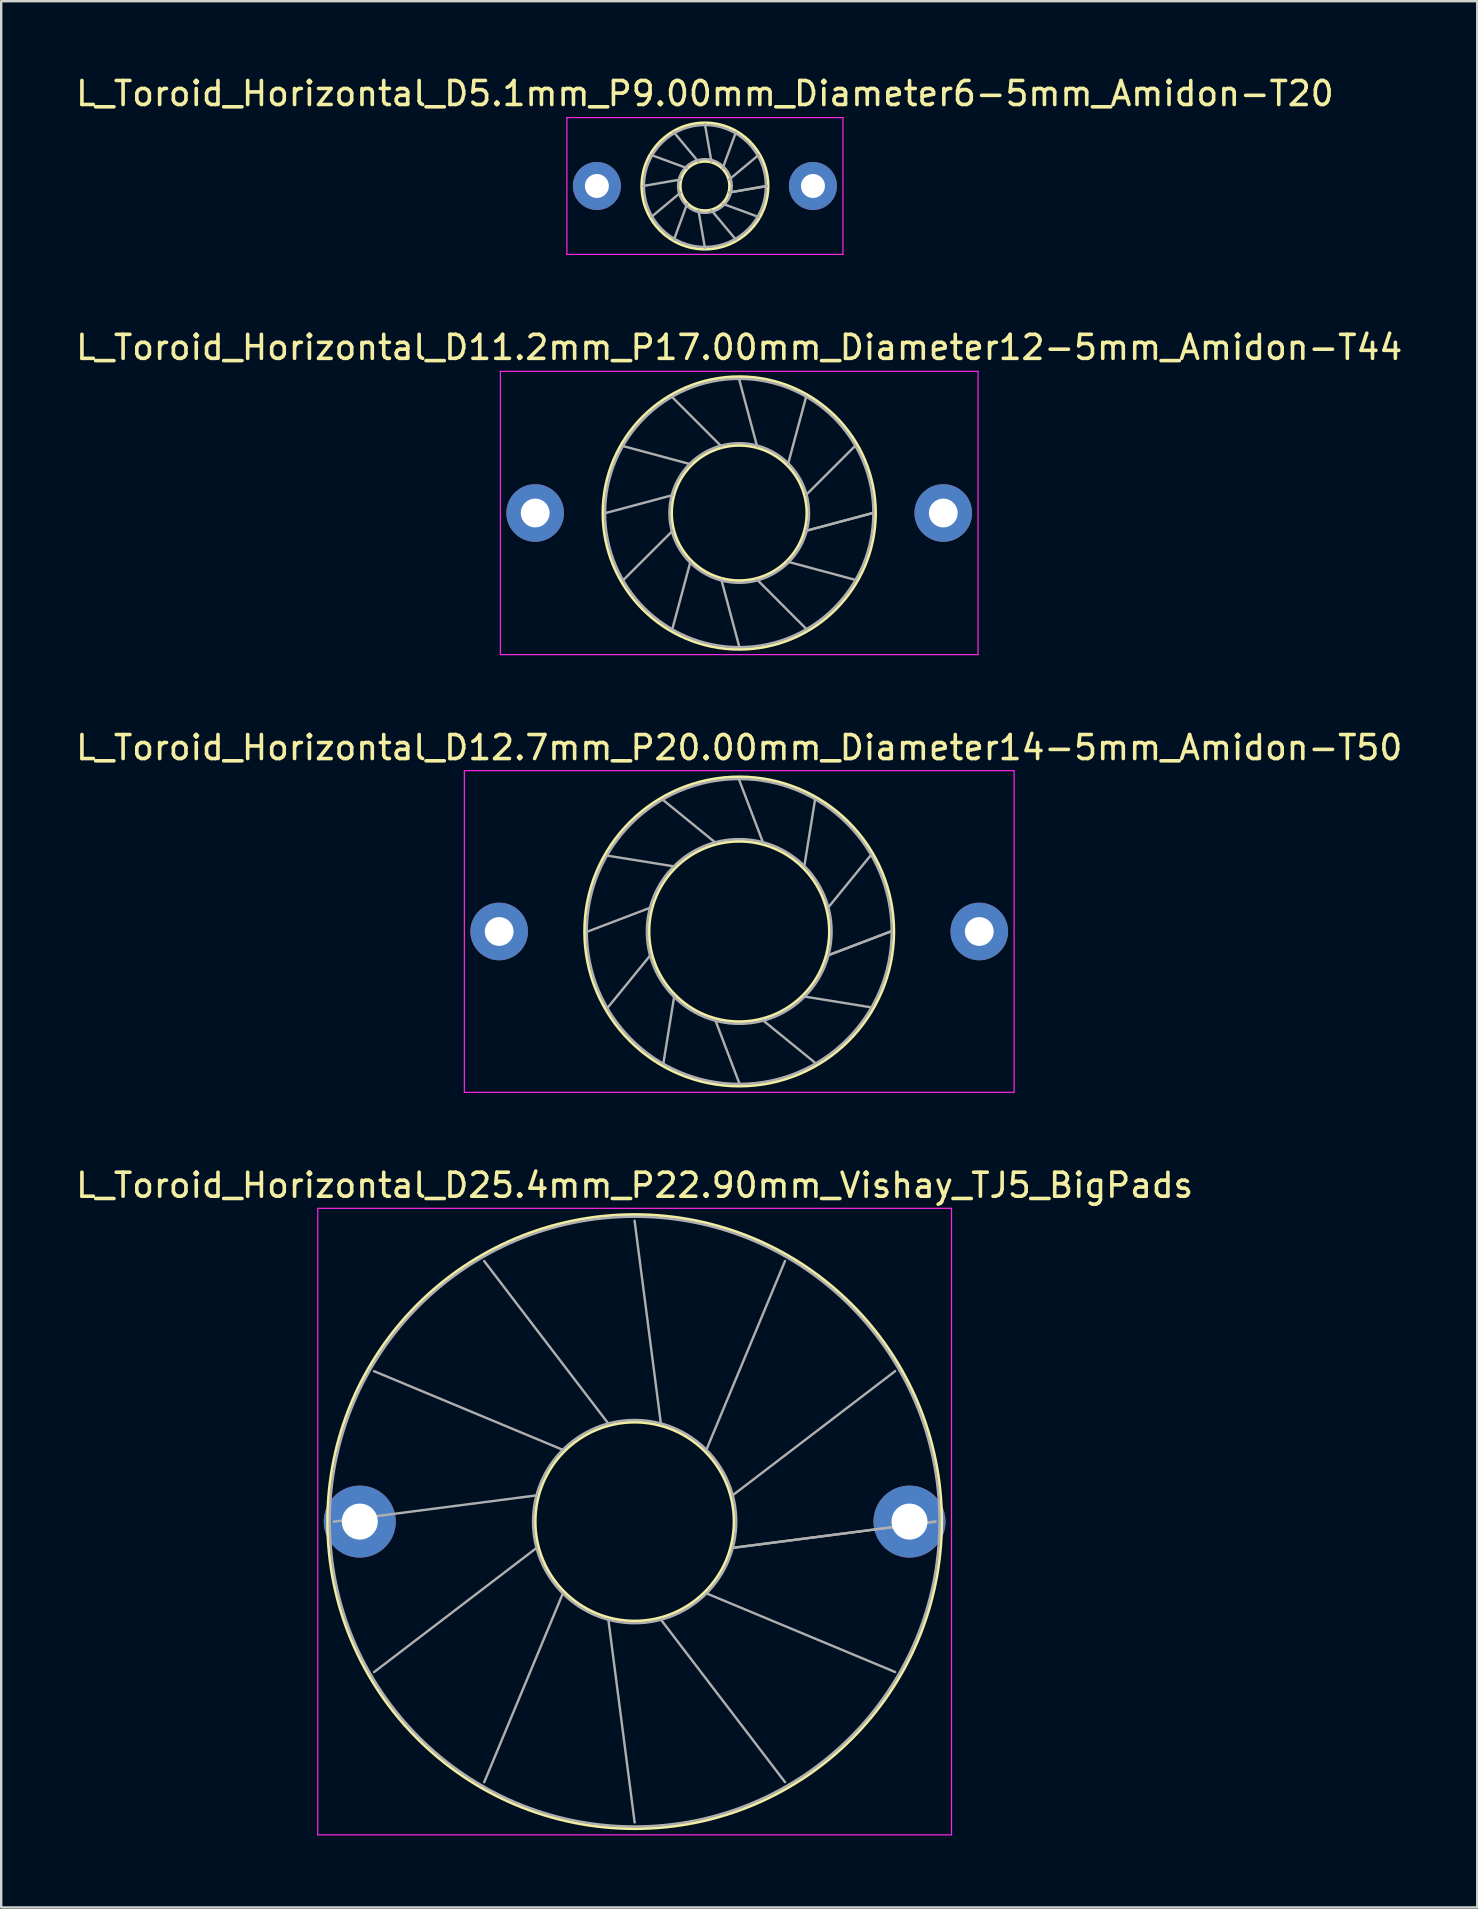
<source format=kicad_pcb>
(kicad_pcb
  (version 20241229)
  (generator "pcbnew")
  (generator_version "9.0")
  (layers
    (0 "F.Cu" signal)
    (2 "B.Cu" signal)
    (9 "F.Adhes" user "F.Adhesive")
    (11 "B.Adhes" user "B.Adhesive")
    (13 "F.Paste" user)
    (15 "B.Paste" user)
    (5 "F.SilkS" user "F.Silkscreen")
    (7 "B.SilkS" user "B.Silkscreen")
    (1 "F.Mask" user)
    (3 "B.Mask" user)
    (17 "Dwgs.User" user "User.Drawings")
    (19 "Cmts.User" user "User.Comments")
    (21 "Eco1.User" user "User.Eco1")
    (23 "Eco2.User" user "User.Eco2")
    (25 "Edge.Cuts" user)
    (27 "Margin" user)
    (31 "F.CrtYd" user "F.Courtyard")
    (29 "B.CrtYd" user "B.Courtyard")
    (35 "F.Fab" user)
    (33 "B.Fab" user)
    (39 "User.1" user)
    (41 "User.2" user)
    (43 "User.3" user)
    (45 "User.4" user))
  (footprint "L_Toroid_Horizontal_D12.7mm_P20.00mm_Diameter14-5mm_Amidon-T50"
    (layer "F.Cu")
    (at 17.744 35.753)
    (property "Reference" "L_Toroid_Horizontal_D12.7mm_P20.00mm_Diameter14-5mm_Amidon-T50" (at 10 -7.66 0) (layer "F.SilkS") (effects (font (size 1 1) (thickness 0.15))))
    (attr through_hole)
    (fp_circle (center 10 0) (end 13.758 0) (stroke (width 0.12) (type solid)) (fill no) (layer "F.SilkS"))
    (fp_circle (center 10 0) (end 16.44 0) (stroke (width 0.12) (type solid)) (fill no) (layer "F.SilkS"))
    (fp_line (start -1.45 -6.7) (end -1.45 6.7) (stroke (width 0.05) (type solid)) (layer "F.CrtYd"))
    (fp_line (start -1.45 6.7) (end 21.45 6.7) (stroke (width 0.05) (type solid)) (layer "F.CrtYd"))
    (fp_line (start 21.45 -6.7) (end -1.45 -6.7) (stroke (width 0.05) (type solid)) (layer "F.CrtYd"))
    (fp_line (start 21.45 6.7) (end 21.45 -6.7) (stroke (width 0.05) (type solid)) (layer "F.CrtYd"))
    (fp_line (start 3.689 0.001) (end 6.297 -0.992) (stroke (width 0.1) (type solid)) (layer "F.Fab"))
    (fp_line (start 4.534 -3.155) (end 7.289 -2.71) (stroke (width 0.1) (type solid)) (layer "F.Fab"))
    (fp_line (start 4.535 3.156) (end 6.297 0.992) (stroke (width 0.1) (type solid)) (layer "F.Fab"))
    (fp_line (start 6.844 -5.465) (end 9.007 -3.703) (stroke (width 0.1) (type solid)) (layer "F.Fab"))
    (fp_line (start 6.845 5.466) (end 7.29 2.711) (stroke (width 0.1) (type solid)) (layer "F.Fab"))
    (fp_line (start 9.999 -6.311) (end 10.992 -3.703) (stroke (width 0.1) (type solid)) (layer "F.Fab"))
    (fp_line (start 10 6.311) (end 9.008 3.703) (stroke (width 0.1) (type solid)) (layer "F.Fab"))
    (fp_line (start 13.155 -5.466) (end 12.71 -2.711) (stroke (width 0.1) (type solid)) (layer "F.Fab"))
    (fp_line (start 13.156 5.466) (end 10.992 3.703) (stroke (width 0.1) (type solid)) (layer "F.Fab"))
    (fp_line (start 15.465 -3.157) (end 13.702 -0.993) (stroke (width 0.1) (type solid)) (layer "F.Fab"))
    (fp_line (start 15.466 3.156) (end 12.711 2.71) (stroke (width 0.1) (type solid)) (layer "F.Fab"))
    (fp_line (start 16.311 -0.001) (end 13.703 0.991) (stroke (width 0.1) (type solid)) (layer "F.Fab"))
    (fp_line (start 16.311 0) (end 13.703 0.992) (stroke (width 0.1) (type solid)) (layer "F.Fab"))
    (fp_circle (center 10 0) (end 13.848 0) (stroke (width 0.1) (type solid)) (fill no) (layer "F.Fab"))
    (fp_circle (center 10 0) (end 16.35 0) (stroke (width 0.1) (type solid)) (fill no) (layer "F.Fab"))
    (pad "1" thru_hole circle (at 0 0) (size 2.4 2.4) (drill 1.2) (layers "*.Cu" "*.Mask"))
    (pad "2" thru_hole circle (at 20 0) (size 2.4 2.4) (drill 1.2) (layers "*.Cu" "*.Mask")))
  (footprint "L_Toroid_Horizontal_D11.2mm_P17.00mm_Diameter12-5mm_Amidon-T44"
    (layer "F.Cu")
    (at 19.244 18.32)
    (property "Reference" "L_Toroid_Horizontal_D11.2mm_P17.00mm_Diameter12-5mm_Amidon-T44" (at 8.5 -6.898 0) (layer "F.SilkS") (effects (font (size 1 1) (thickness 0.15))))
    (attr through_hole)
    (fp_circle (center 8.5 0) (end 11.318 0) (stroke (width 0.12) (type solid)) (fill no) (layer "F.SilkS"))
    (fp_circle (center 8.5 0) (end 14.178 0) (stroke (width 0.12) (type solid)) (fill no) (layer "F.SilkS"))
    (fp_line (start -1.45 -5.9) (end -1.45 5.9) (stroke (width 0.05) (type solid)) (layer "F.CrtYd"))
    (fp_line (start -1.45 5.9) (end 18.45 5.9) (stroke (width 0.05) (type solid)) (layer "F.CrtYd"))
    (fp_line (start 18.45 -5.9) (end -1.45 -5.9) (stroke (width 0.05) (type solid)) (layer "F.CrtYd"))
    (fp_line (start 18.45 5.9) (end 18.45 -5.9) (stroke (width 0.05) (type solid)) (layer "F.CrtYd"))
    (fp_line (start 2.936 0.001) (end 5.723 -0.744) (stroke (width 0.1) (type solid)) (layer "F.Fab"))
    (fp_line (start 3.681 -2.782) (end 6.467 -2.032) (stroke (width 0.1) (type solid)) (layer "F.Fab"))
    (fp_line (start 3.681 2.783) (end 5.723 0.744) (stroke (width 0.1) (type solid)) (layer "F.Fab"))
    (fp_line (start 5.717 -4.819) (end 7.756 -2.777) (stroke (width 0.1) (type solid)) (layer "F.Fab"))
    (fp_line (start 5.718 4.819) (end 6.467 2.033) (stroke (width 0.1) (type solid)) (layer "F.Fab"))
    (fp_line (start 8.499 -5.564) (end 9.244 -2.777) (stroke (width 0.1) (type solid)) (layer "F.Fab"))
    (fp_line (start 8.5 5.564) (end 7.756 2.777) (stroke (width 0.1) (type solid)) (layer "F.Fab"))
    (fp_line (start 11.281 -4.819) (end 10.532 -2.033) (stroke (width 0.1) (type solid)) (layer "F.Fab"))
    (fp_line (start 11.282 4.819) (end 9.244 2.777) (stroke (width 0.1) (type solid)) (layer "F.Fab"))
    (fp_line (start 13.318 -2.783) (end 11.277 -0.745) (stroke (width 0.1) (type solid)) (layer "F.Fab"))
    (fp_line (start 13.319 2.782) (end 10.533 2.033) (stroke (width 0.1) (type solid)) (layer "F.Fab"))
    (fp_line (start 14.064 -0.001) (end 11.277 0.743) (stroke (width 0.1) (type solid)) (layer "F.Fab"))
    (fp_line (start 14.064 0) (end 11.277 0.744) (stroke (width 0.1) (type solid)) (layer "F.Fab"))
    (fp_circle (center 8.5 0) (end 11.408 0) (stroke (width 0.1) (type solid)) (fill no) (layer "F.Fab"))
    (fp_circle (center 8.5 0) (end 14.088 0) (stroke (width 0.1) (type solid)) (fill no) (layer "F.Fab"))
    (pad "1" thru_hole circle (at 0 0) (size 2.4 2.4) (drill 1.2) (layers "*.Cu" "*.Mask"))
    (pad "2" thru_hole circle (at 17 0) (size 2.4 2.4) (drill 1.2) (layers "*.Cu" "*.Mask")))
  (footprint "L_Toroid_Horizontal_D5.1mm_P9.00mm_Diameter6-5mm_Amidon-T20"
    (layer "F.Cu")
    (at 21.815 4.698)
    (property "Reference" "L_Toroid_Horizontal_D5.1mm_P9.00mm_Diameter6-5mm_Amidon-T20" (at 4.5 -3.85 0) (layer "F.SilkS") (effects (font (size 1 1) (thickness 0.15))))
    (attr through_hole)
    (fp_circle (center 4.5 0) (end 5.528 0) (stroke (width 0.12) (type solid)) (fill no) (layer "F.SilkS"))
    (fp_circle (center 4.5 0) (end 7.13 0) (stroke (width 0.12) (type solid)) (fill no) (layer "F.SilkS"))
    (fp_line (start -1.25 -2.85) (end -1.25 2.85) (stroke (width 0.05) (type solid)) (layer "F.CrtYd"))
    (fp_line (start -1.25 2.85) (end 10.25 2.85) (stroke (width 0.05) (type solid)) (layer "F.CrtYd"))
    (fp_line (start 10.25 -2.85) (end -1.25 -2.85) (stroke (width 0.05) (type solid)) (layer "F.CrtYd"))
    (fp_line (start 10.25 2.85) (end 10.25 -2.85) (stroke (width 0.05) (type solid)) (layer "F.CrtYd"))
    (fp_line (start 1.923 0.000239) (end 3.488 -0.271) (stroke (width 0.1) (type solid)) (layer "F.Fab"))
    (fp_line (start 2.268 -1.288) (end 3.759 -0.741) (stroke (width 0.1) (type solid)) (layer "F.Fab"))
    (fp_line (start 2.268 1.289) (end 3.488 0.271) (stroke (width 0.1) (type solid)) (layer "F.Fab"))
    (fp_line (start 3.211 -2.232) (end 4.229 -1.012) (stroke (width 0.1) (type solid)) (layer "F.Fab"))
    (fp_line (start 3.211 2.232) (end 3.759 0.741) (stroke (width 0.1) (type solid)) (layer "F.Fab"))
    (fp_line (start 4.5 -2.577) (end 4.771 -1.012) (stroke (width 0.1) (type solid)) (layer "F.Fab"))
    (fp_line (start 4.5 2.577) (end 4.229 1.012) (stroke (width 0.1) (type solid)) (layer "F.Fab"))
    (fp_line (start 5.788 -2.232) (end 5.241 -0.741) (stroke (width 0.1) (type solid)) (layer "F.Fab"))
    (fp_line (start 5.789 2.232) (end 4.771 1.012) (stroke (width 0.1) (type solid)) (layer "F.Fab"))
    (fp_line (start 6.732 -1.289) (end 5.512 -0.271) (stroke (width 0.1) (type solid)) (layer "F.Fab"))
    (fp_line (start 6.732 1.289) (end 5.241 0.741) (stroke (width 0.1) (type solid)) (layer "F.Fab"))
    (fp_line (start 7.077 -0.000478) (end 5.512 0.271) (stroke (width 0.1) (type solid)) (layer "F.Fab"))
    (fp_line (start 7.077 0) (end 5.512 0.271) (stroke (width 0.1) (type solid)) (layer "F.Fab"))
    (fp_circle (center 4.5 0) (end 5.618 0) (stroke (width 0.1) (type solid)) (fill no) (layer "F.Fab"))
    (fp_circle (center 4.5 0) (end 7.04 0) (stroke (width 0.1) (type solid)) (fill no) (layer "F.Fab"))
    (pad "1" thru_hole circle (at 0 0) (size 2 2) (drill 1) (layers "*.Cu" "*.Mask"))
    (pad "2" thru_hole circle (at 9 0) (size 2 2) (drill 1) (layers "*.Cu" "*.Mask")))
  (footprint "L_Toroid_Horizontal_D25.4mm_P22.90mm_Vishay_TJ5_BigPads"
    (layer "F.Cu")
    (at 11.937 60.336)
    (property "Reference" "L_Toroid_Horizontal_D25.4mm_P22.90mm_Vishay_TJ5_BigPads" (at 11.45 -14.01 0) (layer "F.SilkS") (effects (font (size 1 1) (thickness 0.15))))
    (attr through_hole)
    (fp_circle (center 11.45 0) (end 15.593 0) (stroke (width 0.12) (type solid)) (fill no) (layer "F.SilkS"))
    (fp_circle (center 11.45 0) (end 24.24 0) (stroke (width 0.12) (type solid)) (fill no) (layer "F.SilkS"))
    (fp_line (start -1.75 -13.05) (end -1.75 13.05) (stroke (width 0.05) (type solid)) (layer "F.CrtYd"))
    (fp_line (start -1.75 13.05) (end 24.65 13.05) (stroke (width 0.05) (type solid)) (layer "F.CrtYd"))
    (fp_line (start 24.65 -13.05) (end -1.75 -13.05) (stroke (width 0.05) (type solid)) (layer "F.CrtYd"))
    (fp_line (start 24.65 13.05) (end 24.65 -13.05) (stroke (width 0.05) (type solid)) (layer "F.CrtYd"))
    (fp_line (start -1.084 0.001) (end 7.368 -1.093) (stroke (width 0.1) (type solid)) (layer "F.Fab"))
    (fp_line (start 0.594 -6.266) (end 8.461 -2.988) (stroke (width 0.1) (type solid)) (layer "F.Fab"))
    (fp_line (start 0.596 6.268) (end 7.368 1.094) (stroke (width 0.1) (type solid)) (layer "F.Fab"))
    (fp_line (start 5.182 -10.854) (end 10.356 -4.082) (stroke (width 0.1) (type solid)) (layer "F.Fab"))
    (fp_line (start 5.184 10.855) (end 8.462 2.989) (stroke (width 0.1) (type solid)) (layer "F.Fab"))
    (fp_line (start 11.448 -12.534) (end 12.543 -4.082) (stroke (width 0.1) (type solid)) (layer "F.Fab"))
    (fp_line (start 11.451 12.534) (end 10.356 4.082) (stroke (width 0.1) (type solid)) (layer "F.Fab"))
    (fp_line (start 17.715 -10.856) (end 14.438 -2.989) (stroke (width 0.1) (type solid)) (layer "F.Fab"))
    (fp_line (start 17.717 10.855) (end 12.544 4.082) (stroke (width 0.1) (type solid)) (layer "F.Fab"))
    (fp_line (start 22.304 -6.269) (end 15.532 -1.095) (stroke (width 0.1) (type solid)) (layer "F.Fab"))
    (fp_line (start 22.305 6.267) (end 14.438 2.988) (stroke (width 0.1) (type solid)) (layer "F.Fab"))
    (fp_line (start 23.984 -0.002) (end 15.532 1.093) (stroke (width 0.1) (type solid)) (layer "F.Fab"))
    (fp_line (start 23.984 0) (end 15.532 1.094) (stroke (width 0.1) (type solid)) (layer "F.Fab"))
    (fp_circle (center 11.45 0) (end 15.683 0) (stroke (width 0.1) (type solid)) (fill no) (layer "F.Fab"))
    (fp_circle (center 11.45 0) (end 24.15 0) (stroke (width 0.1) (type solid)) (fill no) (layer "F.Fab"))
    (pad "1" thru_hole circle (at 0 0) (size 3 3) (drill 1.5) (layers "*.Cu" "*.Mask"))
    (pad "2" thru_hole circle (at 22.9 0) (size 3 3) (drill 1.5) (layers "*.Cu" "*.Mask")))
  (gr_rect
    (start -3 -3)
    (end 58.488 76.411)
    (stroke (width 0.1) (type default))
    (fill no)
    (layer "Edge.Cuts")))
</source>
